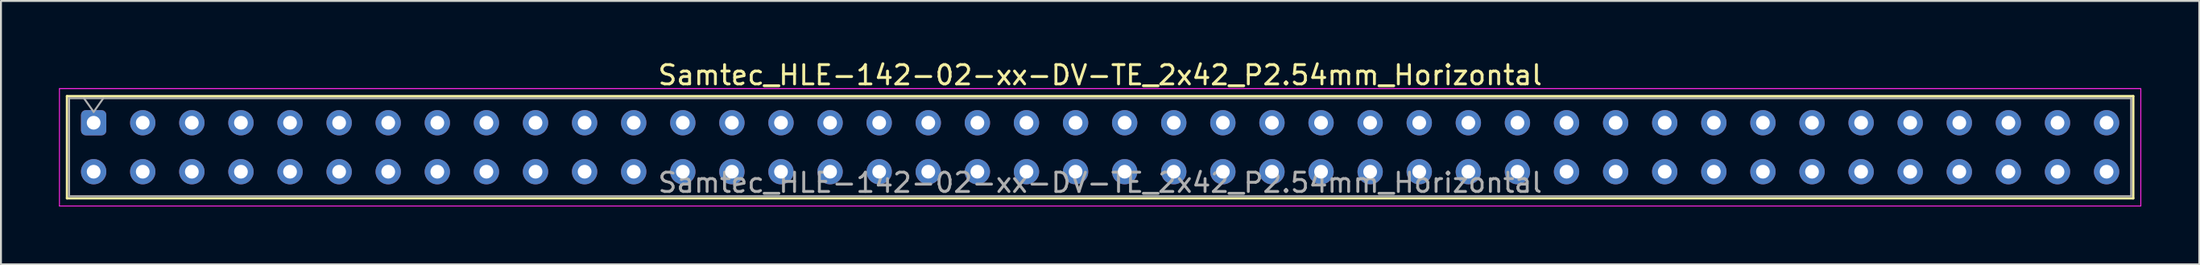
<source format=kicad_pcb>
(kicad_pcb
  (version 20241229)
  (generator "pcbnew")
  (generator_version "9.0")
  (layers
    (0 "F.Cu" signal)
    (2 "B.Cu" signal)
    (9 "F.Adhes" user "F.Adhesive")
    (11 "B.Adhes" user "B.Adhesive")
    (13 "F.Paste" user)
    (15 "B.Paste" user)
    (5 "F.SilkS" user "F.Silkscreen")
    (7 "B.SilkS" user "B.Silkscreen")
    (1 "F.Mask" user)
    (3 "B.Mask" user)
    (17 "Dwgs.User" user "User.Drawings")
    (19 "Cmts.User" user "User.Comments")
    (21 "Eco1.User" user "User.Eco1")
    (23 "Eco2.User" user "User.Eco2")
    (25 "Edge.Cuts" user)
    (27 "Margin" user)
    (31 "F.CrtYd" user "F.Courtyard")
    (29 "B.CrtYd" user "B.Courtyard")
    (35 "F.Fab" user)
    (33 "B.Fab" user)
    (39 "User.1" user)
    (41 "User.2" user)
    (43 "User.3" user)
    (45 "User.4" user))
  (footprint "Samtec_HLE-142-02-xx-DV-TE_2x42_P2.54mm_Horizontal"
    (layer "F.Cu")
    (at 1.795 3.318)
    (property "Reference" "Samtec_HLE-142-02-xx-DV-TE_2x42_P2.54mm_Horizontal" (at 52.07 -2.47 0) (layer "F.SilkS") (effects (font (size 1 1) (thickness 0.15))))
    (attr through_hole)
    (fp_line (start -1.38 -1.38) (end 105.52 -1.38) (stroke (width 0.12) (type solid)) (layer "F.SilkS"))
    (fp_line (start -1.38 3.92) (end -1.38 -1.38) (stroke (width 0.12) (type solid)) (layer "F.SilkS"))
    (fp_line (start 105.52 -1.38) (end 105.52 3.92) (stroke (width 0.12) (type solid)) (layer "F.SilkS"))
    (fp_line (start 105.52 3.92) (end -1.38 3.92) (stroke (width 0.12) (type solid)) (layer "F.SilkS"))
    (fp_line (start -1.77 -1.77) (end 105.91 -1.77) (stroke (width 0.05) (type solid)) (layer "F.CrtYd"))
    (fp_line (start -1.77 4.32) (end -1.77 -1.77) (stroke (width 0.05) (type solid)) (layer "F.CrtYd"))
    (fp_line (start 105.91 -1.77) (end 105.91 4.32) (stroke (width 0.05) (type solid)) (layer "F.CrtYd"))
    (fp_line (start 105.91 4.32) (end -1.77 4.32) (stroke (width 0.05) (type solid)) (layer "F.CrtYd"))
    (fp_line (start -1.27 -1.27) (end 105.41 -1.27) (stroke (width 0.1) (type solid)) (layer "F.Fab"))
    (fp_line (start -1.27 3.81) (end -1.27 -1.27) (stroke (width 0.1) (type solid)) (layer "F.Fab"))
    (fp_line (start -0.5 -1.27) (end 0 -0.563) (stroke (width 0.1) (type solid)) (layer "F.Fab"))
    (fp_line (start 0 -0.563) (end 0.5 -1.27) (stroke (width 0.1) (type solid)) (layer "F.Fab"))
    (fp_line (start 105.41 -1.27) (end 105.41 3.81) (stroke (width 0.1) (type solid)) (layer "F.Fab"))
    (fp_line (start 105.41 3.81) (end -1.27 3.81) (stroke (width 0.1) (type solid)) (layer "F.Fab"))
    (fp_text user "${REFERENCE}" (at 52.07 3.11 0) (layer "F.Fab") (effects (font (size 1 1) (thickness 0.15))))
    (pad "1" thru_hole roundrect (at 0 0) (size 1.31 1.31) (drill 0.71) (layers "*.Cu" "*.Mask") (roundrect_rratio 0.191))
    (pad "2" thru_hole circle (at 0 2.54) (size 1.31 1.31) (drill 0.71) (layers "*.Cu" "*.Mask"))
    (pad "3" thru_hole circle (at 2.54 0) (size 1.31 1.31) (drill 0.71) (layers "*.Cu" "*.Mask"))
    (pad "4" thru_hole circle (at 2.54 2.54) (size 1.31 1.31) (drill 0.71) (layers "*.Cu" "*.Mask"))
    (pad "5" thru_hole circle (at 5.08 0) (size 1.31 1.31) (drill 0.71) (layers "*.Cu" "*.Mask"))
    (pad "6" thru_hole circle (at 5.08 2.54) (size 1.31 1.31) (drill 0.71) (layers "*.Cu" "*.Mask"))
    (pad "7" thru_hole circle (at 7.62 0) (size 1.31 1.31) (drill 0.71) (layers "*.Cu" "*.Mask"))
    (pad "8" thru_hole circle (at 7.62 2.54) (size 1.31 1.31) (drill 0.71) (layers "*.Cu" "*.Mask"))
    (pad "9" thru_hole circle (at 10.16 0) (size 1.31 1.31) (drill 0.71) (layers "*.Cu" "*.Mask"))
    (pad "10" thru_hole circle (at 10.16 2.54) (size 1.31 1.31) (drill 0.71) (layers "*.Cu" "*.Mask"))
    (pad "11" thru_hole circle (at 12.7 0) (size 1.31 1.31) (drill 0.71) (layers "*.Cu" "*.Mask"))
    (pad "12" thru_hole circle (at 12.7 2.54) (size 1.31 1.31) (drill 0.71) (layers "*.Cu" "*.Mask"))
    (pad "13" thru_hole circle (at 15.24 0) (size 1.31 1.31) (drill 0.71) (layers "*.Cu" "*.Mask"))
    (pad "14" thru_hole circle (at 15.24 2.54) (size 1.31 1.31) (drill 0.71) (layers "*.Cu" "*.Mask"))
    (pad "15" thru_hole circle (at 17.78 0) (size 1.31 1.31) (drill 0.71) (layers "*.Cu" "*.Mask"))
    (pad "16" thru_hole circle (at 17.78 2.54) (size 1.31 1.31) (drill 0.71) (layers "*.Cu" "*.Mask"))
    (pad "17" thru_hole circle (at 20.32 0) (size 1.31 1.31) (drill 0.71) (layers "*.Cu" "*.Mask"))
    (pad "18" thru_hole circle (at 20.32 2.54) (size 1.31 1.31) (drill 0.71) (layers "*.Cu" "*.Mask"))
    (pad "19" thru_hole circle (at 22.86 0) (size 1.31 1.31) (drill 0.71) (layers "*.Cu" "*.Mask"))
    (pad "20" thru_hole circle (at 22.86 2.54) (size 1.31 1.31) (drill 0.71) (layers "*.Cu" "*.Mask"))
    (pad "21" thru_hole circle (at 25.4 0) (size 1.31 1.31) (drill 0.71) (layers "*.Cu" "*.Mask"))
    (pad "22" thru_hole circle (at 25.4 2.54) (size 1.31 1.31) (drill 0.71) (layers "*.Cu" "*.Mask"))
    (pad "23" thru_hole circle (at 27.94 0) (size 1.31 1.31) (drill 0.71) (layers "*.Cu" "*.Mask"))
    (pad "24" thru_hole circle (at 27.94 2.54) (size 1.31 1.31) (drill 0.71) (layers "*.Cu" "*.Mask"))
    (pad "25" thru_hole circle (at 30.48 0) (size 1.31 1.31) (drill 0.71) (layers "*.Cu" "*.Mask"))
    (pad "26" thru_hole circle (at 30.48 2.54) (size 1.31 1.31) (drill 0.71) (layers "*.Cu" "*.Mask"))
    (pad "27" thru_hole circle (at 33.02 0) (size 1.31 1.31) (drill 0.71) (layers "*.Cu" "*.Mask"))
    (pad "28" thru_hole circle (at 33.02 2.54) (size 1.31 1.31) (drill 0.71) (layers "*.Cu" "*.Mask"))
    (pad "29" thru_hole circle (at 35.56 0) (size 1.31 1.31) (drill 0.71) (layers "*.Cu" "*.Mask"))
    (pad "30" thru_hole circle (at 35.56 2.54) (size 1.31 1.31) (drill 0.71) (layers "*.Cu" "*.Mask"))
    (pad "31" thru_hole circle (at 38.1 0) (size 1.31 1.31) (drill 0.71) (layers "*.Cu" "*.Mask"))
    (pad "32" thru_hole circle (at 38.1 2.54) (size 1.31 1.31) (drill 0.71) (layers "*.Cu" "*.Mask"))
    (pad "33" thru_hole circle (at 40.64 0) (size 1.31 1.31) (drill 0.71) (layers "*.Cu" "*.Mask"))
    (pad "34" thru_hole circle (at 40.64 2.54) (size 1.31 1.31) (drill 0.71) (layers "*.Cu" "*.Mask"))
    (pad "35" thru_hole circle (at 43.18 0) (size 1.31 1.31) (drill 0.71) (layers "*.Cu" "*.Mask"))
    (pad "36" thru_hole circle (at 43.18 2.54) (size 1.31 1.31) (drill 0.71) (layers "*.Cu" "*.Mask"))
    (pad "37" thru_hole circle (at 45.72 0) (size 1.31 1.31) (drill 0.71) (layers "*.Cu" "*.Mask"))
    (pad "38" thru_hole circle (at 45.72 2.54) (size 1.31 1.31) (drill 0.71) (layers "*.Cu" "*.Mask"))
    (pad "39" thru_hole circle (at 48.26 0) (size 1.31 1.31) (drill 0.71) (layers "*.Cu" "*.Mask"))
    (pad "40" thru_hole circle (at 48.26 2.54) (size 1.31 1.31) (drill 0.71) (layers "*.Cu" "*.Mask"))
    (pad "41" thru_hole circle (at 50.8 0) (size 1.31 1.31) (drill 0.71) (layers "*.Cu" "*.Mask"))
    (pad "42" thru_hole circle (at 50.8 2.54) (size 1.31 1.31) (drill 0.71) (layers "*.Cu" "*.Mask"))
    (pad "43" thru_hole circle (at 53.34 0) (size 1.31 1.31) (drill 0.71) (layers "*.Cu" "*.Mask"))
    (pad "44" thru_hole circle (at 53.34 2.54) (size 1.31 1.31) (drill 0.71) (layers "*.Cu" "*.Mask"))
    (pad "45" thru_hole circle (at 55.88 0) (size 1.31 1.31) (drill 0.71) (layers "*.Cu" "*.Mask"))
    (pad "46" thru_hole circle (at 55.88 2.54) (size 1.31 1.31) (drill 0.71) (layers "*.Cu" "*.Mask"))
    (pad "47" thru_hole circle (at 58.42 0) (size 1.31 1.31) (drill 0.71) (layers "*.Cu" "*.Mask"))
    (pad "48" thru_hole circle (at 58.42 2.54) (size 1.31 1.31) (drill 0.71) (layers "*.Cu" "*.Mask"))
    (pad "49" thru_hole circle (at 60.96 0) (size 1.31 1.31) (drill 0.71) (layers "*.Cu" "*.Mask"))
    (pad "50" thru_hole circle (at 60.96 2.54) (size 1.31 1.31) (drill 0.71) (layers "*.Cu" "*.Mask"))
    (pad "51" thru_hole circle (at 63.5 0) (size 1.31 1.31) (drill 0.71) (layers "*.Cu" "*.Mask"))
    (pad "52" thru_hole circle (at 63.5 2.54) (size 1.31 1.31) (drill 0.71) (layers "*.Cu" "*.Mask"))
    (pad "53" thru_hole circle (at 66.04 0) (size 1.31 1.31) (drill 0.71) (layers "*.Cu" "*.Mask"))
    (pad "54" thru_hole circle (at 66.04 2.54) (size 1.31 1.31) (drill 0.71) (layers "*.Cu" "*.Mask"))
    (pad "55" thru_hole circle (at 68.58 0) (size 1.31 1.31) (drill 0.71) (layers "*.Cu" "*.Mask"))
    (pad "56" thru_hole circle (at 68.58 2.54) (size 1.31 1.31) (drill 0.71) (layers "*.Cu" "*.Mask"))
    (pad "57" thru_hole circle (at 71.12 0) (size 1.31 1.31) (drill 0.71) (layers "*.Cu" "*.Mask"))
    (pad "58" thru_hole circle (at 71.12 2.54) (size 1.31 1.31) (drill 0.71) (layers "*.Cu" "*.Mask"))
    (pad "59" thru_hole circle (at 73.66 0) (size 1.31 1.31) (drill 0.71) (layers "*.Cu" "*.Mask"))
    (pad "60" thru_hole circle (at 73.66 2.54) (size 1.31 1.31) (drill 0.71) (layers "*.Cu" "*.Mask"))
    (pad "61" thru_hole circle (at 76.2 0) (size 1.31 1.31) (drill 0.71) (layers "*.Cu" "*.Mask"))
    (pad "62" thru_hole circle (at 76.2 2.54) (size 1.31 1.31) (drill 0.71) (layers "*.Cu" "*.Mask"))
    (pad "63" thru_hole circle (at 78.74 0) (size 1.31 1.31) (drill 0.71) (layers "*.Cu" "*.Mask"))
    (pad "64" thru_hole circle (at 78.74 2.54) (size 1.31 1.31) (drill 0.71) (layers "*.Cu" "*.Mask"))
    (pad "65" thru_hole circle (at 81.28 0) (size 1.31 1.31) (drill 0.71) (layers "*.Cu" "*.Mask"))
    (pad "66" thru_hole circle (at 81.28 2.54) (size 1.31 1.31) (drill 0.71) (layers "*.Cu" "*.Mask"))
    (pad "67" thru_hole circle (at 83.82 0) (size 1.31 1.31) (drill 0.71) (layers "*.Cu" "*.Mask"))
    (pad "68" thru_hole circle (at 83.82 2.54) (size 1.31 1.31) (drill 0.71) (layers "*.Cu" "*.Mask"))
    (pad "69" thru_hole circle (at 86.36 0) (size 1.31 1.31) (drill 0.71) (layers "*.Cu" "*.Mask"))
    (pad "70" thru_hole circle (at 86.36 2.54) (size 1.31 1.31) (drill 0.71) (layers "*.Cu" "*.Mask"))
    (pad "71" thru_hole circle (at 88.9 0) (size 1.31 1.31) (drill 0.71) (layers "*.Cu" "*.Mask"))
    (pad "72" thru_hole circle (at 88.9 2.54) (size 1.31 1.31) (drill 0.71) (layers "*.Cu" "*.Mask"))
    (pad "73" thru_hole circle (at 91.44 0) (size 1.31 1.31) (drill 0.71) (layers "*.Cu" "*.Mask"))
    (pad "74" thru_hole circle (at 91.44 2.54) (size 1.31 1.31) (drill 0.71) (layers "*.Cu" "*.Mask"))
    (pad "75" thru_hole circle (at 93.98 0) (size 1.31 1.31) (drill 0.71) (layers "*.Cu" "*.Mask"))
    (pad "76" thru_hole circle (at 93.98 2.54) (size 1.31 1.31) (drill 0.71) (layers "*.Cu" "*.Mask"))
    (pad "77" thru_hole circle (at 96.52 0) (size 1.31 1.31) (drill 0.71) (layers "*.Cu" "*.Mask"))
    (pad "78" thru_hole circle (at 96.52 2.54) (size 1.31 1.31) (drill 0.71) (layers "*.Cu" "*.Mask"))
    (pad "79" thru_hole circle (at 99.06 0) (size 1.31 1.31) (drill 0.71) (layers "*.Cu" "*.Mask"))
    (pad "80" thru_hole circle (at 99.06 2.54) (size 1.31 1.31) (drill 0.71) (layers "*.Cu" "*.Mask"))
    (pad "81" thru_hole circle (at 101.6 0) (size 1.31 1.31) (drill 0.71) (layers "*.Cu" "*.Mask"))
    (pad "82" thru_hole circle (at 101.6 2.54) (size 1.31 1.31) (drill 0.71) (layers "*.Cu" "*.Mask"))
    (pad "83" thru_hole circle (at 104.14 0) (size 1.31 1.31) (drill 0.71) (layers "*.Cu" "*.Mask"))
    (pad "84" thru_hole circle (at 104.14 2.54) (size 1.31 1.31) (drill 0.71) (layers "*.Cu" "*.Mask")))
  (gr_rect
    (start -3 -3)
    (end 110.73 10.663)
    (stroke (width 0.1) (type default))
    (fill no)
    (layer "Edge.Cuts")))
</source>
